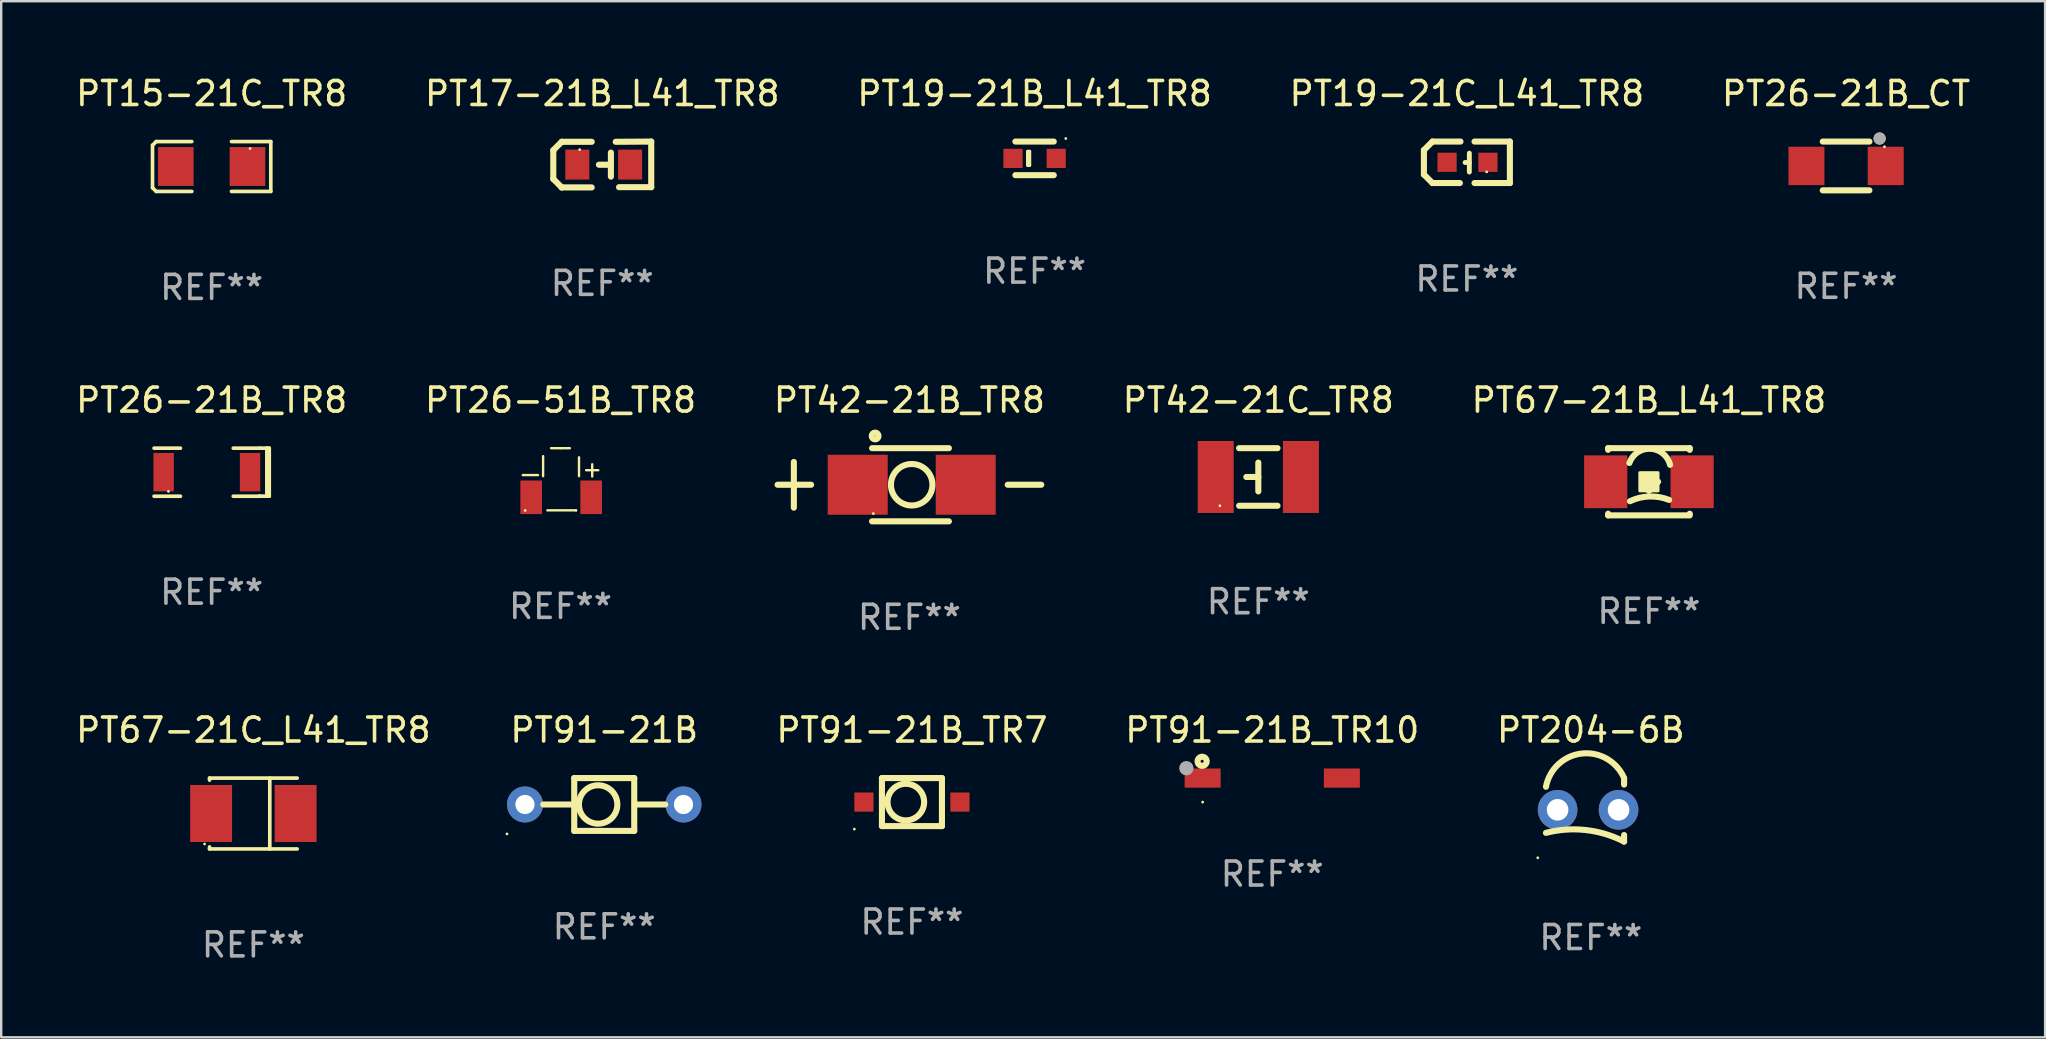
<source format=kicad_pcb>
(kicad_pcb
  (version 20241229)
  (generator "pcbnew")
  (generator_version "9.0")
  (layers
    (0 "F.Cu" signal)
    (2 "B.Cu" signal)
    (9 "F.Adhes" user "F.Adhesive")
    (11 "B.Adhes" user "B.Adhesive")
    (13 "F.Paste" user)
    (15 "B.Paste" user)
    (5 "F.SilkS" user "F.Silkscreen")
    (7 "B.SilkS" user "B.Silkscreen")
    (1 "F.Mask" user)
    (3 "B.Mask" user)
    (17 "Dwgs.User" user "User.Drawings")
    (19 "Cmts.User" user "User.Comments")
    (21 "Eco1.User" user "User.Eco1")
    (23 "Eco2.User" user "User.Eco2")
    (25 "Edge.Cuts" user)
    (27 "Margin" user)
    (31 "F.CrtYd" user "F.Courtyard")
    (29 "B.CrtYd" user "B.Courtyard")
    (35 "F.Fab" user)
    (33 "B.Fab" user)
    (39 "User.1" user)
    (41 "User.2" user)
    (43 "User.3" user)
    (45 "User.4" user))
  (footprint "PT26-51B_TR8"
    (layer "F.Cu")
    (at 20.304 16.919)
    (property "Reference" "PT26-51B_TR8" (at 0 -3.297 0) (layer "F.SilkS") (effects (font (size 1 1) (thickness 0.15))))
    (attr through_hole)
    (fp_line (start -1.573 -0.175) (end -0.938 -0.175) (stroke (width 0.1) (type solid)) (layer "F.SilkS"))
    (fp_line (start -0.727 -0.964) (end -0.727 -0.131) (stroke (width 0.1) (type solid)) (layer "F.SilkS"))
    (fp_line (start -0.549 1.294) (end 0.645 1.294) (stroke (width 0.1) (type solid)) (layer "F.SilkS"))
    (fp_line (start 0.025 -1.297) (end -0.394 -1.297) (stroke (width 0.1) (type solid)) (layer "F.SilkS"))
    (fp_line (start 0.025 -1.297) (end 0.388 -1.297) (stroke (width 0.1) (type solid)) (layer "F.SilkS"))
    (fp_line (start 0.645 1.294) (end 0.645 1.297) (stroke (width 0.1) (type solid)) (layer "F.SilkS"))
    (fp_line (start 0.769 -0.916) (end 0.769 -0.131) (stroke (width 0.1) (type solid)) (layer "F.SilkS"))
    (fp_line (start 1.065 -0.379) (end 1.573 -0.379) (stroke (width 0.1) (type solid)) (layer "F.SilkS"))
    (fp_line (start 1.319 -0.626) (end 1.319 -0.118) (stroke (width 0.1) (type solid)) (layer "F.SilkS"))
    (fp_circle (center -1.474 1.299) (end -1.444 1.299) (stroke (width 0.06) (type solid)) (fill no) (layer "F.SilkS"))
    (fp_text user "REF**" (at 0 5.297 0) (layer "F.Fab") (effects (font (size 1 1) (thickness 0.15))))
    (pad "1" smd rect (at -1.224 0.75) (size 0.9 1.4) (layers "F.Cu" "F.Mask" "F.Paste"))
    (pad "2" smd rect (at 1.275 0.75) (size 0.9 1.4) (layers "F.Cu" "F.Mask" "F.Paste")))
  (footprint "PT91-21B_TR10"
    (layer "F.Cu")
    (at 49.956 29.367)
    (property "Reference" "PT91-21B_TR10" (at 0 -2 0) (layer "F.SilkS") (effects (font (size 1 1) (thickness 0.15))))
    (attr through_hole)
    (fp_circle (center -2.921 -0.699) (end -2.858 -0.699) (stroke (width 0.254) (type solid)) (fill no) (layer "F.SilkS"))
    (fp_circle (center -2.9 1) (end -2.87 1) (stroke (width 0.06) (type solid)) (fill no) (layer "F.SilkS"))
    (fp_circle (center -3.579 -0.412) (end -3.429 -0.412) (stroke (width 0.3) (type solid)) (fill no) (layer "F.Fab"))
    (fp_text user "REF**" (at 0 4 0) (layer "F.Fab") (effects (font (size 1 1) (thickness 0.15))))
    (pad "1" smd rect (at -2.9 0 180) (size 1.5 0.8) (layers "F.Cu" "F.Mask" "F.Paste"))
    (pad "2" smd rect (at 2.9 0 180) (size 1.5 0.8) (layers "F.Cu" "F.Mask" "F.Paste")))
  (footprint "PT42-21C_TR8"
    (layer "F.Cu")
    (at 49.375 16.822)
    (property "Reference" "PT42-21C_TR8" (at 0 -3.2 0) (layer "F.SilkS") (effects (font (size 1 1) (thickness 0.15))))
    (attr through_hole)
    (fp_line (start -0.8 -1.2) (end 0.8 -1.2) (stroke (width 0.254) (type solid)) (layer "F.SilkS"))
    (fp_line (start -0.8 1.2) (end 0.8 1.2) (stroke (width 0.254) (type solid)) (layer "F.SilkS"))
    (fp_line (start -0.000051 0) (end -0.5 0) (stroke (width 0.254) (type solid)) (layer "F.SilkS"))
    (fp_line (start -0.000051 0.6) (end -0.000051 -0.6) (stroke (width 0.254) (type solid)) (layer "F.SilkS"))
    (fp_circle (center -1.6 1.2) (end -1.57 1.2) (stroke (width 0.06) (type solid)) (fill no) (layer "F.SilkS"))
    (fp_text user "REF**" (at 0 5.2 0) (layer "F.Fab") (effects (font (size 1 1) (thickness 0.15))))
    (pad "1" smd rect (at -1.775 0) (size 1.5 3) (layers "F.Cu" "F.Mask" "F.Paste"))
    (pad "2" smd rect (at 1.775 0) (size 1.5 3) (layers "F.Cu" "F.Mask" "F.Paste")))
  (footprint "PT17-21B_L41_TR8"
    (layer "F.Cu")
    (at 22.042 3.803)
    (property "Reference" "PT17-21B_L41_TR8" (at 0 -2.955 0) (layer "F.SilkS") (effects (font (size 1 1) (thickness 0.15))))
    (attr through_hole)
    (fp_line (start -2.04 -0.595) (end -2.04 0.605) (stroke (width 0.254) (type solid)) (layer "F.SilkS"))
    (fp_line (start -1.69 -0.945) (end -1.69 -0.945) (stroke (width 0.254) (type solid)) (layer "F.SilkS"))
    (fp_line (start -1.69 -0.945) (end -2.04 -0.595) (stroke (width 0.254) (type solid)) (layer "F.SilkS"))
    (fp_line (start -1.69 0.955) (end -2.04 0.605) (stroke (width 0.254) (type solid)) (layer "F.SilkS"))
    (fp_line (start -1.69 0.955) (end -1.69 0.955) (stroke (width 0.254) (type solid)) (layer "F.SilkS"))
    (fp_line (start -0.44 -0.945) (end -1.69 -0.945) (stroke (width 0.254) (type solid)) (layer "F.SilkS"))
    (fp_line (start -0.44 0.955) (end -1.69 0.955) (stroke (width 0.254) (type solid)) (layer "F.SilkS"))
    (fp_line (start 0.36 -0.495) (end 0.36 0.505) (stroke (width 0.254) (type solid)) (layer "F.SilkS"))
    (fp_line (start 0.36 0.01) (end -0.14 0.01) (stroke (width 0.254) (type solid)) (layer "F.SilkS"))
    (fp_line (start 0.56 -0.945) (end 2.04 -0.955) (stroke (width 0.254) (type solid)) (layer "F.SilkS"))
    (fp_line (start 0.7 0.945) (end 2.04 0.945) (stroke (width 0.254) (type solid)) (layer "F.SilkS"))
    (fp_line (start 2.04 -0.955) (end 2.04 0.945) (stroke (width 0.254) (type solid)) (layer "F.SilkS"))
    (fp_circle (center -0.94 -0.62) (end -0.91 -0.62) (stroke (width 0.06) (type solid)) (fill no) (layer "F.SilkS"))
    (fp_text user "REF**" (at 0 4.955 0) (layer "F.Fab") (effects (font (size 1 1) (thickness 0.15))))
    (pad "1" smd rect (at -1.04 0.005 180) (size 1 1.25) (layers "F.Cu" "F.Mask" "F.Paste"))
    (pad "2" smd rect (at 1.16 0.005 180) (size 1 1.25) (layers "F.Cu" "F.Mask" "F.Paste")))
  (footprint "PT19-21C_L41_TR8"
    (layer "F.Cu")
    (at 58.065 3.712)
    (property "Reference" "PT19-21C_L41_TR8" (at 0 -2.864 0) (layer "F.SilkS") (effects (font (size 1 1) (thickness 0.15))))
    (attr through_hole)
    (fp_line (start -1.791 -0.508) (end -1.435 -0.864) (stroke (width 0.254) (type solid)) (layer "F.SilkS"))
    (fp_line (start -1.791 0.508) (end -1.791 -0.508) (stroke (width 0.254) (type solid)) (layer "F.SilkS"))
    (fp_line (start -1.435 0.864) (end -1.791 0.508) (stroke (width 0.254) (type solid)) (layer "F.SilkS"))
    (fp_line (start -0.292 0.864) (end -1.435 0.864) (stroke (width 0.254) (type solid)) (layer "F.SilkS"))
    (fp_line (start -0.267 -0.864) (end -1.435 -0.864) (stroke (width 0.254) (type solid)) (layer "F.SilkS"))
    (fp_line (start 0.102 0.008) (end -0.074 0.008) (stroke (width 0.203) (type solid)) (layer "F.SilkS"))
    (fp_line (start 0.102 0.406) (end 0.102 -0.381) (stroke (width 0.203) (type solid)) (layer "F.SilkS"))
    (fp_line (start 1.791 -0.864) (end 0.318 -0.864) (stroke (width 0.254) (type solid)) (layer "F.SilkS"))
    (fp_line (start 1.791 0.864) (end 0.318 0.864) (stroke (width 0.254) (type solid)) (layer "F.SilkS"))
    (fp_line (start 1.791 0.864) (end 1.791 -0.864) (stroke (width 0.254) (type solid)) (layer "F.SilkS"))
    (fp_circle (center 0.825 0.4) (end 0.855 0.4) (stroke (width 0.06) (type solid)) (fill no) (layer "F.SilkS"))
    (fp_text user "REF**" (at 0 4.864 0) (layer "F.Fab") (effects (font (size 1 1) (thickness 0.15))))
    (pad "1" smd rect (at 0.876 0 90) (size 0.8 0.8) (layers "F.Cu" "F.Mask" "F.Paste"))
    (pad "2" smd rect (at -0.826 0 90) (size 0.8 0.8) (layers "F.Cu" "F.Mask" "F.Paste")))
  (footprint "PT67-21C_L41_TR8"
    (layer "F.Cu")
    (at 7.506 30.843)
    (property "Reference" "PT67-21C_L41_TR8" (at 0 -3.476 0) (layer "F.SilkS") (effects (font (size 1 1) (thickness 0.15))))
    (attr through_hole)
    (fp_line (start -1.826 -1.476) (end -1.826 -1.391) (stroke (width 0.152) (type solid)) (layer "F.SilkS"))
    (fp_line (start -1.826 1.476) (end -1.826 1.391) (stroke (width 0.152) (type solid)) (layer "F.SilkS"))
    (fp_line (start 0.684 1.476) (end 0.684 -1.476) (stroke (width 0.152) (type solid)) (layer "F.SilkS"))
    (fp_line (start 1.826 -1.476) (end -1.826 -1.476) (stroke (width 0.152) (type solid)) (layer "F.SilkS"))
    (fp_line (start 1.826 1.476) (end -1.826 1.476) (stroke (width 0.152) (type solid)) (layer "F.SilkS"))
    (fp_circle (center -2.032 1.27) (end -2.002 1.27) (stroke (width 0.06) (type solid)) (fill no) (layer "F.SilkS"))
    (fp_text user "REF**" (at 0 5.476 0) (layer "F.Fab") (effects (font (size 1 1) (thickness 0.15))))
    (pad "1" smd rect (at -1.761 0) (size 1.747 2.376) (layers "F.Cu" "F.Mask" "F.Paste"))
    (pad "2" smd rect (at 1.761 0) (size 1.747 2.376) (layers "F.Cu" "F.Mask" "F.Paste")))
  (footprint "PT15-21C_TR8"
    (layer "F.Cu")
    (at 5.768 3.887)
    (property "Reference" "PT15-21C_TR8" (at 0 -3.039 0) (layer "F.SilkS") (effects (font (size 1 1) (thickness 0.15))))
    (attr through_hole)
    (fp_line (start -2.464 -0.886) (end -2.311 -1.039) (stroke (width 0.152) (type solid)) (layer "F.SilkS"))
    (fp_line (start -2.464 0.886) (end -2.464 -0.886) (stroke (width 0.152) (type solid)) (layer "F.SilkS"))
    (fp_line (start -2.311 -1.039) (end -0.826 -1.039) (stroke (width 0.152) (type solid)) (layer "F.SilkS"))
    (fp_line (start -2.311 1.039) (end -2.464 0.886) (stroke (width 0.152) (type solid)) (layer "F.SilkS"))
    (fp_line (start -0.826 1.039) (end -2.311 1.039) (stroke (width 0.152) (type solid)) (layer "F.SilkS"))
    (fp_line (start 0.826 1.039) (end 2.464 1.039) (stroke (width 0.152) (type solid)) (layer "F.SilkS"))
    (fp_line (start 2.464 -1.039) (end 0.826 -1.039) (stroke (width 0.152) (type solid)) (layer "F.SilkS"))
    (fp_line (start 2.464 1.039) (end 2.464 -1.039) (stroke (width 0.152) (type solid)) (layer "F.SilkS"))
    (fp_circle (center 1.6 -0.75) (end 1.63 -0.75) (stroke (width 0.06) (type solid)) (fill no) (layer "F.SilkS"))
    (fp_text user "REF**" (at 0 5.039 0) (layer "F.Fab") (effects (font (size 1 1) (thickness 0.15))))
    (pad "1" smd rect (at 1.492 0) (size 1.485 1.62) (layers "F.Cu" "F.Mask" "F.Paste"))
    (pad "2" smd rect (at -1.493 0) (size 1.485 1.62) (layers "F.Cu" "F.Mask" "F.Paste")))
  (footprint "PT67-21B_L41_TR8"
    (layer "F.Cu")
    (at 65.649 17.022)
    (property "Reference" "PT67-21B_L41_TR8" (at 0 -3.4 0) (layer "F.SilkS") (effects (font (size 1 1) (thickness 0.15))))
    (attr through_hole)
    (fp_line (start -1.7 -1.4) (end -1.7 -1.331) (stroke (width 0.254) (type solid)) (layer "F.SilkS"))
    (fp_line (start -1.7 -1.4) (end 1.7 -1.4) (stroke (width 0.254) (type solid)) (layer "F.SilkS"))
    (fp_line (start -1.7 1.331) (end -1.7 1.4) (stroke (width 0.254) (type solid)) (layer "F.SilkS"))
    (fp_line (start 0 0.381) (end 0.381 0) (stroke (width 0.254) (type solid)) (layer "F.SilkS"))
    (fp_line (start 1.7 -1.4) (end 1.7 -1.331) (stroke (width 0.254) (type solid)) (layer "F.SilkS"))
    (fp_line (start 1.7 1.331) (end 1.7 1.34) (stroke (width 0.254) (type solid)) (layer "F.SilkS"))
    (fp_line (start 1.7 1.4) (end -1.7 1.4) (stroke (width 0.254) (type solid)) (layer "F.SilkS"))
    (fp_arc (start -0.814046 -0.783362) (mid 0.063097 -1.375634) (end 0.882347 -0.705563) (stroke (width 0.254001) (type solid)) (layer "F.SilkS"))
    (fp_arc (start -0.789738 0.810262) (mid 0.020161 0.612377) (end 0.841326 0.756542) (stroke (width 0.254001) (type solid)) (layer "F.SilkS"))
    (fp_circle (center -1.7 1.35) (end -1.67 1.35) (stroke (width 0.06) (type solid)) (fill no) (layer "F.SilkS"))
    (fp_poly (pts (xy -0.381 -0.381) (xy 0.381 -0.381) (xy 0.381 0.381) (xy -0.381 0.381)) (stroke (width 0.12) (type solid)) (fill yes) (layer "F.SilkS"))
    (fp_text user "REF**" (at 0 5.4 0) (layer "F.Fab") (effects (font (size 1 1) (thickness 0.15))))
    (pad "1" smd rect (at -1.8 0) (size 1.8 2.2) (layers "F.Cu" "F.Mask" "F.Paste"))
    (pad "2" smd rect (at 1.8 0) (size 1.8 2.2) (layers "F.Cu" "F.Mask" "F.Paste")))
  (footprint "PT91-21B_TR7"
    (layer "F.Cu")
    (at 34.944 30.367)
    (property "Reference" "PT91-21B_TR7" (at 0 -3 0) (layer "F.SilkS") (effects (font (size 1 1) (thickness 0.15))))
    (attr through_hole)
    (fp_line (start -1.25 -1) (end 1.25 -1) (stroke (width 0.254) (type solid)) (layer "F.SilkS"))
    (fp_line (start -1.25 1) (end -1.25 -1) (stroke (width 0.254) (type solid)) (layer "F.SilkS"))
    (fp_line (start 1.25 -1) (end 1.25 1) (stroke (width 0.254) (type solid)) (layer "F.SilkS"))
    (fp_line (start 1.25 1) (end -1.25 1) (stroke (width 0.254) (type solid)) (layer "F.SilkS"))
    (fp_circle (center -2.4 1.127) (end -2.37 1.127) (stroke (width 0.06) (type solid)) (fill no) (layer "F.SilkS"))
    (fp_circle (center -0.254 0) (end 0.508 0) (stroke (width 0.254) (type solid)) (fill no) (layer "F.SilkS"))
    (fp_text user "REF**" (at 0 5 0) (layer "F.Fab") (effects (font (size 1 1) (thickness 0.15))))
    (pad "1" smd rect (at -2 0) (size 0.8 0.8) (layers "F.Cu" "F.Mask" "F.Paste"))
    (pad "2" smd rect (at 2 0) (size 0.8 0.8) (layers "F.Cu" "F.Mask" "F.Paste")))
  (footprint "PT26-21B_CT"
    (layer "F.Cu")
    (at 73.863 3.864)
    (property "Reference" "PT26-21B_CT" (at 0 -3.016 0) (layer "F.SilkS") (effects (font (size 1 1) (thickness 0.15))))
    (attr through_hole)
    (fp_line (start 0.972 1.016) (end -0.973 1.016) (stroke (width 0.254) (type solid)) (layer "F.SilkS"))
    (fp_line (start 0.972 -1.016) (end -0.972 -1.016) (stroke (width 0.254) (type solid)) (layer "F.SilkS"))
    (fp_circle (center 1.397 -1.143) (end 1.524 -1.143) (stroke (width 0.254) (type solid)) (fill no) (layer "F.SilkS"))
    (fp_circle (center 1.6 -0.8) (end 1.63 -0.8) (stroke (width 0.06) (type solid)) (fill no) (layer "F.SilkS"))
    (fp_circle (center 1.397 -1.143) (end 1.524 -1.143) (stroke (width 0.254) (type solid)) (fill no) (layer "F.Fab"))
    (fp_text user "REF**" (at 0 5.016 0) (layer "F.Fab") (effects (font (size 1 1) (thickness 0.15))))
    (pad "1" smd rect (at 1.651 0.000127 90) (size 1.6 1.5) (layers "F.Cu" "F.Mask" "F.Paste"))
    (pad "2" smd rect (at -1.651 0.000127 90) (size 1.6 1.5) (layers "F.Cu" "F.Mask" "F.Paste")))
  (footprint "PT91-21B"
    (layer "F.Cu")
    (at 22.124 30.467)
    (property "Reference" "PT91-21B" (at 0 -3.1 0) (layer "F.SilkS") (effects (font (size 1 1) (thickness 0.15))))
    (attr through_hole)
    (fp_line (start -1.27 0) (end -2.54 0) (stroke (width 0.254) (type solid)) (layer "F.SilkS"))
    (fp_line (start -1.25 -1.1) (end 1.25 -1.1) (stroke (width 0.254) (type solid)) (layer "F.SilkS"))
    (fp_line (start -1.25 1.1) (end -1.25 -1.1) (stroke (width 0.254) (type solid)) (layer "F.SilkS"))
    (fp_line (start 1.25 -1.1) (end 1.25 1.1) (stroke (width 0.254) (type solid)) (layer "F.SilkS"))
    (fp_line (start 1.25 1.1) (end -1.25 1.1) (stroke (width 0.254) (type solid)) (layer "F.SilkS"))
    (fp_line (start 1.27 0) (end 2.54 0) (stroke (width 0.254) (type solid)) (layer "F.SilkS"))
    (fp_circle (center -4.052 1.227) (end -4.022 1.227) (stroke (width 0.06) (type solid)) (fill no) (layer "F.SilkS"))
    (fp_circle (center -0.254 0) (end 0.546 0) (stroke (width 0.254) (type solid)) (fill no) (layer "F.SilkS"))
    (fp_text user "REF**" (at 0 5.1 0) (layer "F.Fab") (effects (font (size 1 1) (thickness 0.15))))
    (pad "1" thru_hole circle (at -3.302 0) (size 1.5 1.5) (drill 0.8) (layers "*.Cu" "*.Mask"))
    (pad "2" thru_hole circle (at 3.302 0) (size 1.5 1.5) (drill 0.8) (layers "*.Cu" "*.Mask")))
  (footprint "PT19-21B_L41_TR8"
    (layer "F.Cu")
    (at 40.054 3.548)
    (property "Reference" "PT19-21B_L41_TR8" (at 0 -2.7 0) (layer "F.SilkS") (effects (font (size 1 1) (thickness 0.15))))
    (attr through_hole)
    (fp_line (start -0.8 -0.7) (end 0.8 -0.7) (stroke (width 0.254) (type solid)) (layer "F.SilkS"))
    (fp_line (start -0.8 0.7) (end 0.8 0.7) (stroke (width 0.254) (type solid)) (layer "F.SilkS"))
    (fp_circle (center 1.3 -0.827) (end 1.33 -0.827) (stroke (width 0.06) (type solid)) (fill no) (layer "F.SilkS"))
    (fp_poly (pts (xy -0.298 -0.3) (xy -0.2 -0.3) (xy -0.2 0.3) (xy -0.298 0.3)) (stroke (width 0.12) (type solid)) (fill yes) (layer "F.SilkS"))
    (fp_text user "REF**" (at 0 4.7 0) (layer "F.Fab") (effects (font (size 1 1) (thickness 0.15))))
    (pad "1" smd rect (at 0.9 0) (size 0.8 0.8) (layers "F.Cu" "F.Mask" "F.Paste"))
    (pad "2" smd rect (at -0.9 0) (size 0.8 0.8) (layers "F.Cu" "F.Mask" "F.Paste")))
  (footprint "PT204-6B"
    (layer "F.Cu")
    (at 63.229 30.689)
    (property "Reference" "PT204-6B" (at 0 -3.323 0) (layer "F.SilkS") (effects (font (size 1 1) (thickness 0.15))))
    (attr through_hole)
    (fp_line (start 1.385 -1.051) (end 1.385 -1.323) (stroke (width 0.254) (type solid)) (layer "F.SilkS"))
    (fp_line (start 1.385 1.323) (end 1.385 1.051) (stroke (width 0.254) (type solid)) (layer "F.SilkS"))
    (fp_arc (start -1.869406 0.960224) (mid -0.208941 0.843072) (end 1.385001 1.322885) (stroke (width 0.254001) (type solid)) (layer "F.SilkS"))
    (fp_arc (start -1.869405 -0.960224) (mid -0.376294 -2.344856) (end 1.385001 -1.322885) (stroke (width 0.254001) (type solid)) (layer "F.SilkS"))
    (fp_circle (center -2.211 2) (end -2.181 2) (stroke (width 0.06) (type solid)) (fill no) (layer "F.SilkS"))
    (fp_text user "REF**" (at 0 5.323 0) (layer "F.Fab") (effects (font (size 1 1) (thickness 0.15))))
    (pad "1" thru_hole circle (at -1.385 0) (size 1.651 1.651) (drill 0.9) (layers "*.Cu" "*.Mask"))
    (pad "2" thru_hole circle (at 1.155 0) (size 1.651 1.651) (drill 0.9) (layers "*.Cu" "*.Mask")))
  (footprint "PT42-21B_TR8"
    (layer "F.Cu")
    (at 34.839 17.146)
    (property "Reference" "PT42-21B_TR8" (at 0 -3.524 0) (layer "F.SilkS") (effects (font (size 1 1) (thickness 0.15))))
    (attr through_hole)
    (fp_line (start -5.493 0) (end -4.096 0) (stroke (width 0.254) (type solid)) (layer "F.SilkS"))
    (fp_line (start -4.815 -0.95) (end -4.815 0.955) (stroke (width 0.254) (type solid)) (layer "F.SilkS"))
    (fp_line (start -1.556 -1.524) (end 1.644 -1.524) (stroke (width 0.254) (type solid)) (layer "F.SilkS"))
    (fp_line (start -1.556 1.524) (end 1.644 1.524) (stroke (width 0.254) (type solid)) (layer "F.SilkS"))
    (fp_line (start 4.096 0) (end 5.493 0) (stroke (width 0.254) (type solid)) (layer "F.SilkS"))
    (fp_circle (center -1.505 1.2) (end -1.475 1.2) (stroke (width 0.06) (type solid)) (fill no) (layer "F.SilkS"))
    (fp_circle (center -1.429 -2.032) (end -1.287 -2.032) (stroke (width 0.254) (type solid)) (fill no) (layer "F.SilkS"))
    (fp_circle (center 0.095 0) (end 0.959 0) (stroke (width 0.254) (type solid)) (fill no) (layer "F.SilkS"))
    (fp_text user "REF**" (at 0 5.524 0) (layer "F.Fab") (effects (font (size 1 1) (thickness 0.15))))
    (pad "1" smd rect (at -2.155 0) (size 2.5 2.5) (layers "F.Cu" "F.Mask" "F.Paste"))
    (pad "2" smd rect (at 2.345 0) (size 2.5 2.5) (layers "F.Cu" "F.Mask" "F.Paste")))
  (footprint "PT26-21B_TR8"
    (layer "F.Cu")
    (at 5.768 16.623)
    (property "Reference" "PT26-21B_TR8" (at 0 -3.001 0) (layer "F.SilkS") (effects (font (size 1 1) (thickness 0.15))))
    (attr through_hole)
    (fp_line (start -2.4 1.001) (end -1.3 1.001) (stroke (width 0.152) (type solid)) (layer "F.SilkS"))
    (fp_line (start -2.4 -1.001) (end -1.3 -1.001) (stroke (width 0.152) (type solid)) (layer "F.SilkS"))
    (fp_line (start 2 1.001) (end 0.9 1.001) (stroke (width 0.152) (type solid)) (layer "F.SilkS"))
    (fp_line (start 2 -1.001) (end 0.9 -1.001) (stroke (width 0.152) (type solid)) (layer "F.SilkS"))
    (fp_line (start 2 -1.001) (end 2.3 -1.001) (stroke (width 0.152) (type solid)) (layer "F.SilkS"))
    (fp_line (start 2.002 0.999) (end 2 1.001) (stroke (width 0.152) (type solid)) (layer "F.SilkS"))
    (fp_line (start 2.3 -1.001) (end 2.3 0.999) (stroke (width 0.152) (type solid)) (layer "F.SilkS"))
    (fp_line (start 2.3 -1.001) (end 2.4 -1.001) (stroke (width 0.152) (type solid)) (layer "F.SilkS"))
    (fp_line (start 2.3 0.999) (end 2.002 0.999) (stroke (width 0.152) (type solid)) (layer "F.SilkS"))
    (fp_line (start 2.4 -1.001) (end 2.4 0.999) (stroke (width 0.152) (type solid)) (layer "F.SilkS"))
    (fp_line (start 2.4 0.999) (end 2.3 0.999) (stroke (width 0.152) (type solid)) (layer "F.SilkS"))
    (fp_circle (center -1.8 0.799) (end -1.77 0.799) (stroke (width 0.06) (type solid)) (fill no) (layer "F.SilkS"))
    (fp_text user "REF**" (at 0 5.001 0) (layer "F.Fab") (effects (font (size 1 1) (thickness 0.15))))
    (pad "1" smd rect (at -2 -0.001) (size 0.85 1.6) (layers "F.Cu" "F.Mask" "F.Paste"))
    (pad "2" smd rect (at 1.6 -0.001) (size 0.85 1.6) (layers "F.Cu" "F.Mask" "F.Paste")))
  (gr_rect
    (start -3 -3)
    (end 82.155 40.167)
    (stroke (width 0.1) (type default))
    (fill no)
    (layer "Edge.Cuts")))
</source>
